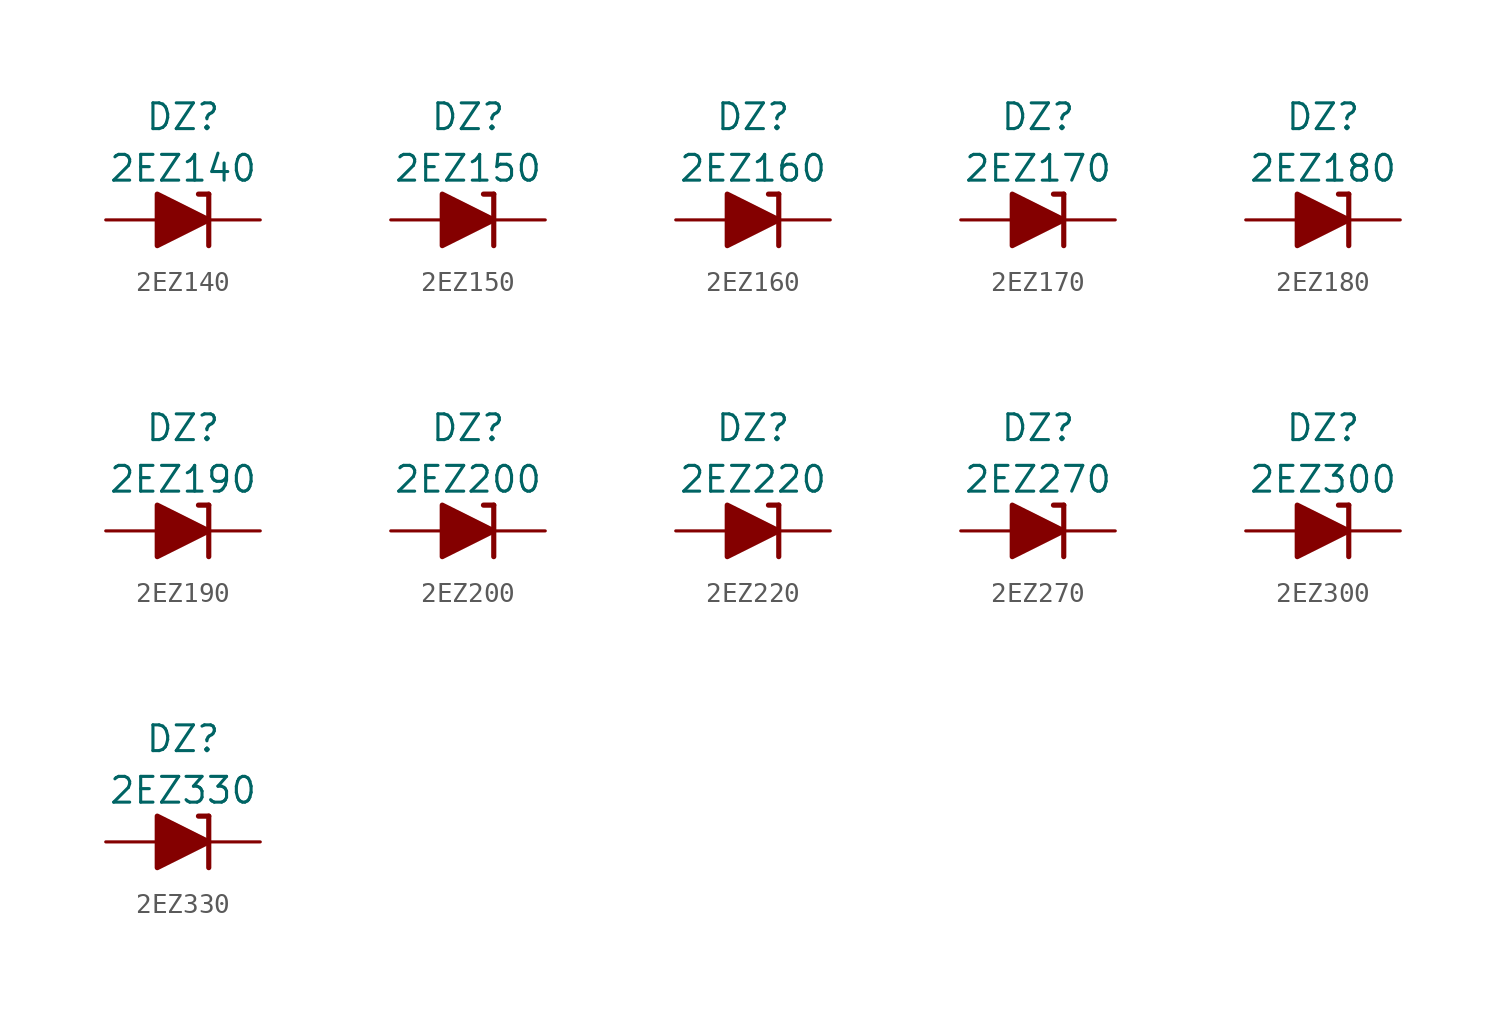
<source format=kicad_sym>
(kicad_symbol_lib
  (version 20211014)
  (generator kicad_symbol_editor)
  (symbol "2EZ140"
    (pin_numbers hide)
    (pin_names
      (offset 1.016) hide)
    (property "Reference" "DZ"
      (at 0 5.08 0)
      (effects (font (size 1.27 1.27))))
    (property "Value" "2EZ140"
      (at 0 2.54 0)
      (effects (font (size 1.27 1.27))))
    (symbol "2EZ140_0_1"
      (polyline (pts (xy -1.27 0) (xy 1.27 0)) (stroke (width 0) (type default) (color 0 0 0 0)) (fill (type none)))
      (polyline (pts (xy 1.27 1.27) (xy 0.762 1.27)) (stroke (width 0.254) (type default) (color 0 0 0 0)) (fill (type none)))
      (polyline (pts (xy 1.27 1.27) (xy 1.27 -1.27)) (stroke (width 0.254) (type default) (color 0 0 0 0)) (fill (type none)))
      (polyline (pts (xy -1.27 -1.27) (xy -1.27 1.27) (xy 1.27 0) (xy -1.27 -1.27)) (stroke (width 0.254) (type default) (color 0 0 0 0)) (fill (type outline))))
    (symbol "2EZ140_1_1"
      (pin passive line (at 3.81 0 180) (length 2.54) (name "K" (effects (font (size 1.27 1.27)))) (number "1" (effects (font (size 1.27 1.27)))))
      (pin passive line (at -3.81 0 0) (length 2.54) (name "A" (effects (font (size 1.27 1.27)))) (number "2" (effects (font (size 1.27 1.27)))))))
  (symbol "2EZ150"
    (pin_numbers hide)
    (pin_names
      (offset 1.016) hide)
    (property "Reference" "DZ"
      (at 0 5.08 0)
      (effects (font (size 1.27 1.27))))
    (property "Value" "2EZ150"
      (at 0 2.54 0)
      (effects (font (size 1.27 1.27))))
    (symbol "2EZ150_0_1"
      (polyline (pts (xy -1.27 0) (xy 1.27 0)) (stroke (width 0) (type default) (color 0 0 0 0)) (fill (type none)))
      (polyline (pts (xy 1.27 1.27) (xy 0.762 1.27)) (stroke (width 0.254) (type default) (color 0 0 0 0)) (fill (type none)))
      (polyline (pts (xy 1.27 1.27) (xy 1.27 -1.27)) (stroke (width 0.254) (type default) (color 0 0 0 0)) (fill (type none)))
      (polyline (pts (xy -1.27 -1.27) (xy -1.27 1.27) (xy 1.27 0) (xy -1.27 -1.27)) (stroke (width 0.254) (type default) (color 0 0 0 0)) (fill (type outline))))
    (symbol "2EZ150_1_1"
      (pin passive line (at 3.81 0 180) (length 2.54) (name "K" (effects (font (size 1.27 1.27)))) (number "1" (effects (font (size 1.27 1.27)))))
      (pin passive line (at -3.81 0 0) (length 2.54) (name "A" (effects (font (size 1.27 1.27)))) (number "2" (effects (font (size 1.27 1.27)))))))
  (symbol "2EZ160"
    (pin_numbers hide)
    (pin_names
      (offset 1.016) hide)
    (property "Reference" "DZ"
      (at 0 5.08 0)
      (effects (font (size 1.27 1.27))))
    (property "Value" "2EZ160"
      (at 0 2.54 0)
      (effects (font (size 1.27 1.27))))
    (symbol "2EZ160_0_1"
      (polyline (pts (xy -1.27 0) (xy 1.27 0)) (stroke (width 0) (type default) (color 0 0 0 0)) (fill (type none)))
      (polyline (pts (xy 1.27 1.27) (xy 0.762 1.27)) (stroke (width 0.254) (type default) (color 0 0 0 0)) (fill (type none)))
      (polyline (pts (xy 1.27 1.27) (xy 1.27 -1.27)) (stroke (width 0.254) (type default) (color 0 0 0 0)) (fill (type none)))
      (polyline (pts (xy -1.27 -1.27) (xy -1.27 1.27) (xy 1.27 0) (xy -1.27 -1.27)) (stroke (width 0.254) (type default) (color 0 0 0 0)) (fill (type outline))))
    (symbol "2EZ160_1_1"
      (pin passive line (at 3.81 0 180) (length 2.54) (name "K" (effects (font (size 1.27 1.27)))) (number "1" (effects (font (size 1.27 1.27)))))
      (pin passive line (at -3.81 0 0) (length 2.54) (name "A" (effects (font (size 1.27 1.27)))) (number "2" (effects (font (size 1.27 1.27)))))))
  (symbol "2EZ170"
    (pin_numbers hide)
    (pin_names
      (offset 1.016) hide)
    (property "Reference" "DZ"
      (at 0 5.08 0)
      (effects (font (size 1.27 1.27))))
    (property "Value" "2EZ170"
      (at 0 2.54 0)
      (effects (font (size 1.27 1.27))))
    (symbol "2EZ170_0_1"
      (polyline (pts (xy -1.27 0) (xy 1.27 0)) (stroke (width 0) (type default) (color 0 0 0 0)) (fill (type none)))
      (polyline (pts (xy 1.27 1.27) (xy 0.762 1.27)) (stroke (width 0.254) (type default) (color 0 0 0 0)) (fill (type none)))
      (polyline (pts (xy 1.27 1.27) (xy 1.27 -1.27)) (stroke (width 0.254) (type default) (color 0 0 0 0)) (fill (type none)))
      (polyline (pts (xy -1.27 -1.27) (xy -1.27 1.27) (xy 1.27 0) (xy -1.27 -1.27)) (stroke (width 0.254) (type default) (color 0 0 0 0)) (fill (type outline))))
    (symbol "2EZ170_1_1"
      (pin passive line (at 3.81 0 180) (length 2.54) (name "K" (effects (font (size 1.27 1.27)))) (number "1" (effects (font (size 1.27 1.27)))))
      (pin passive line (at -3.81 0 0) (length 2.54) (name "A" (effects (font (size 1.27 1.27)))) (number "2" (effects (font (size 1.27 1.27)))))))
  (symbol "2EZ180"
    (pin_numbers hide)
    (pin_names
      (offset 1.016) hide)
    (property "Reference" "DZ"
      (at 0 5.08 0)
      (effects (font (size 1.27 1.27))))
    (property "Value" "2EZ180"
      (at 0 2.54 0)
      (effects (font (size 1.27 1.27))))
    (symbol "2EZ180_0_1"
      (polyline (pts (xy -1.27 0) (xy 1.27 0)) (stroke (width 0) (type default) (color 0 0 0 0)) (fill (type none)))
      (polyline (pts (xy 1.27 1.27) (xy 0.762 1.27)) (stroke (width 0.254) (type default) (color 0 0 0 0)) (fill (type none)))
      (polyline (pts (xy 1.27 1.27) (xy 1.27 -1.27)) (stroke (width 0.254) (type default) (color 0 0 0 0)) (fill (type none)))
      (polyline (pts (xy -1.27 -1.27) (xy -1.27 1.27) (xy 1.27 0) (xy -1.27 -1.27)) (stroke (width 0.254) (type default) (color 0 0 0 0)) (fill (type outline))))
    (symbol "2EZ180_1_1"
      (pin passive line (at 3.81 0 180) (length 2.54) (name "K" (effects (font (size 1.27 1.27)))) (number "1" (effects (font (size 1.27 1.27)))))
      (pin passive line (at -3.81 0 0) (length 2.54) (name "A" (effects (font (size 1.27 1.27)))) (number "2" (effects (font (size 1.27 1.27)))))))
  (symbol "2EZ190"
    (pin_numbers hide)
    (pin_names
      (offset 1.016) hide)
    (property "Reference" "DZ"
      (at 0 5.08 0)
      (effects (font (size 1.27 1.27))))
    (property "Value" "2EZ190"
      (at 0 2.54 0)
      (effects (font (size 1.27 1.27))))
    (symbol "2EZ190_0_1"
      (polyline (pts (xy -1.27 0) (xy 1.27 0)) (stroke (width 0) (type default) (color 0 0 0 0)) (fill (type none)))
      (polyline (pts (xy 1.27 1.27) (xy 0.762 1.27)) (stroke (width 0.254) (type default) (color 0 0 0 0)) (fill (type none)))
      (polyline (pts (xy 1.27 1.27) (xy 1.27 -1.27)) (stroke (width 0.254) (type default) (color 0 0 0 0)) (fill (type none)))
      (polyline (pts (xy -1.27 -1.27) (xy -1.27 1.27) (xy 1.27 0) (xy -1.27 -1.27)) (stroke (width 0.254) (type default) (color 0 0 0 0)) (fill (type outline))))
    (symbol "2EZ190_1_1"
      (pin passive line (at 3.81 0 180) (length 2.54) (name "K" (effects (font (size 1.27 1.27)))) (number "1" (effects (font (size 1.27 1.27)))))
      (pin passive line (at -3.81 0 0) (length 2.54) (name "A" (effects (font (size 1.27 1.27)))) (number "2" (effects (font (size 1.27 1.27)))))))
  (symbol "2EZ200"
    (pin_numbers hide)
    (pin_names
      (offset 1.016) hide)
    (property "Reference" "DZ"
      (at 0 5.08 0)
      (effects (font (size 1.27 1.27))))
    (property "Value" "2EZ200"
      (at 0 2.54 0)
      (effects (font (size 1.27 1.27))))
    (symbol "2EZ200_0_1"
      (polyline (pts (xy -1.27 0) (xy 1.27 0)) (stroke (width 0) (type default) (color 0 0 0 0)) (fill (type none)))
      (polyline (pts (xy 1.27 1.27) (xy 0.762 1.27)) (stroke (width 0.254) (type default) (color 0 0 0 0)) (fill (type none)))
      (polyline (pts (xy 1.27 1.27) (xy 1.27 -1.27)) (stroke (width 0.254) (type default) (color 0 0 0 0)) (fill (type none)))
      (polyline (pts (xy -1.27 -1.27) (xy -1.27 1.27) (xy 1.27 0) (xy -1.27 -1.27)) (stroke (width 0.254) (type default) (color 0 0 0 0)) (fill (type outline))))
    (symbol "2EZ200_1_1"
      (pin passive line (at 3.81 0 180) (length 2.54) (name "K" (effects (font (size 1.27 1.27)))) (number "1" (effects (font (size 1.27 1.27)))))
      (pin passive line (at -3.81 0 0) (length 2.54) (name "A" (effects (font (size 1.27 1.27)))) (number "2" (effects (font (size 1.27 1.27)))))))
  (symbol "2EZ220"
    (pin_numbers hide)
    (pin_names
      (offset 1.016) hide)
    (property "Reference" "DZ"
      (at 0 5.08 0)
      (effects (font (size 1.27 1.27))))
    (property "Value" "2EZ220"
      (at 0 2.54 0)
      (effects (font (size 1.27 1.27))))
    (symbol "2EZ220_0_1"
      (polyline (pts (xy -1.27 0) (xy 1.27 0)) (stroke (width 0) (type default) (color 0 0 0 0)) (fill (type none)))
      (polyline (pts (xy 1.27 1.27) (xy 0.762 1.27)) (stroke (width 0.254) (type default) (color 0 0 0 0)) (fill (type none)))
      (polyline (pts (xy 1.27 1.27) (xy 1.27 -1.27)) (stroke (width 0.254) (type default) (color 0 0 0 0)) (fill (type none)))
      (polyline (pts (xy -1.27 -1.27) (xy -1.27 1.27) (xy 1.27 0) (xy -1.27 -1.27)) (stroke (width 0.254) (type default) (color 0 0 0 0)) (fill (type outline))))
    (symbol "2EZ220_1_1"
      (pin passive line (at 3.81 0 180) (length 2.54) (name "K" (effects (font (size 1.27 1.27)))) (number "1" (effects (font (size 1.27 1.27)))))
      (pin passive line (at -3.81 0 0) (length 2.54) (name "A" (effects (font (size 1.27 1.27)))) (number "2" (effects (font (size 1.27 1.27)))))))
  (symbol "2EZ270"
    (pin_numbers hide)
    (pin_names
      (offset 1.016) hide)
    (property "Reference" "DZ"
      (at 0 5.08 0)
      (effects (font (size 1.27 1.27))))
    (property "Value" "2EZ270"
      (at 0 2.54 0)
      (effects (font (size 1.27 1.27))))
    (symbol "2EZ270_0_1"
      (polyline (pts (xy -1.27 0) (xy 1.27 0)) (stroke (width 0) (type default) (color 0 0 0 0)) (fill (type none)))
      (polyline (pts (xy 1.27 1.27) (xy 0.762 1.27)) (stroke (width 0.254) (type default) (color 0 0 0 0)) (fill (type none)))
      (polyline (pts (xy 1.27 1.27) (xy 1.27 -1.27)) (stroke (width 0.254) (type default) (color 0 0 0 0)) (fill (type none)))
      (polyline (pts (xy -1.27 -1.27) (xy -1.27 1.27) (xy 1.27 0) (xy -1.27 -1.27)) (stroke (width 0.254) (type default) (color 0 0 0 0)) (fill (type outline))))
    (symbol "2EZ270_1_1"
      (pin passive line (at 3.81 0 180) (length 2.54) (name "K" (effects (font (size 1.27 1.27)))) (number "1" (effects (font (size 1.27 1.27)))))
      (pin passive line (at -3.81 0 0) (length 2.54) (name "A" (effects (font (size 1.27 1.27)))) (number "2" (effects (font (size 1.27 1.27)))))))
  (symbol "2EZ300"
    (pin_numbers hide)
    (pin_names
      (offset 1.016) hide)
    (property "Reference" "DZ"
      (at 0 5.08 0)
      (effects (font (size 1.27 1.27))))
    (property "Value" "2EZ300"
      (at 0 2.54 0)
      (effects (font (size 1.27 1.27))))
    (symbol "2EZ300_0_1"
      (polyline (pts (xy -1.27 0) (xy 1.27 0)) (stroke (width 0) (type default) (color 0 0 0 0)) (fill (type none)))
      (polyline (pts (xy 1.27 1.27) (xy 0.762 1.27)) (stroke (width 0.254) (type default) (color 0 0 0 0)) (fill (type none)))
      (polyline (pts (xy 1.27 1.27) (xy 1.27 -1.27)) (stroke (width 0.254) (type default) (color 0 0 0 0)) (fill (type none)))
      (polyline (pts (xy -1.27 -1.27) (xy -1.27 1.27) (xy 1.27 0) (xy -1.27 -1.27)) (stroke (width 0.254) (type default) (color 0 0 0 0)) (fill (type outline))))
    (symbol "2EZ300_1_1"
      (pin passive line (at 3.81 0 180) (length 2.54) (name "K" (effects (font (size 1.27 1.27)))) (number "1" (effects (font (size 1.27 1.27)))))
      (pin passive line (at -3.81 0 0) (length 2.54) (name "A" (effects (font (size 1.27 1.27)))) (number "2" (effects (font (size 1.27 1.27)))))))
  (symbol "2EZ330"
    (pin_numbers hide)
    (pin_names
      (offset 1.016) hide)
    (property "Reference" "DZ"
      (at 0 5.08 0)
      (effects (font (size 1.27 1.27))))
    (property "Value" "2EZ330"
      (at 0 2.54 0)
      (effects (font (size 1.27 1.27))))
    (symbol "2EZ330_0_1"
      (polyline (pts (xy -1.27 0) (xy 1.27 0)) (stroke (width 0) (type default) (color 0 0 0 0)) (fill (type none)))
      (polyline (pts (xy 1.27 1.27) (xy 0.762 1.27)) (stroke (width 0.254) (type default) (color 0 0 0 0)) (fill (type none)))
      (polyline (pts (xy 1.27 1.27) (xy 1.27 -1.27)) (stroke (width 0.254) (type default) (color 0 0 0 0)) (fill (type none)))
      (polyline (pts (xy -1.27 -1.27) (xy -1.27 1.27) (xy 1.27 0) (xy -1.27 -1.27)) (stroke (width 0.254) (type default) (color 0 0 0 0)) (fill (type outline))))
    (symbol "2EZ330_1_1"
      (pin passive line (at 3.81 0 180) (length 2.54) (name "K" (effects (font (size 1.27 1.27)))) (number "1" (effects (font (size 1.27 1.27)))))
      (pin passive line (at -3.81 0 0) (length 2.54) (name "A" (effects (font (size 1.27 1.27)))) (number "2" (effects (font (size 1.27 1.27))))))))
</source>
